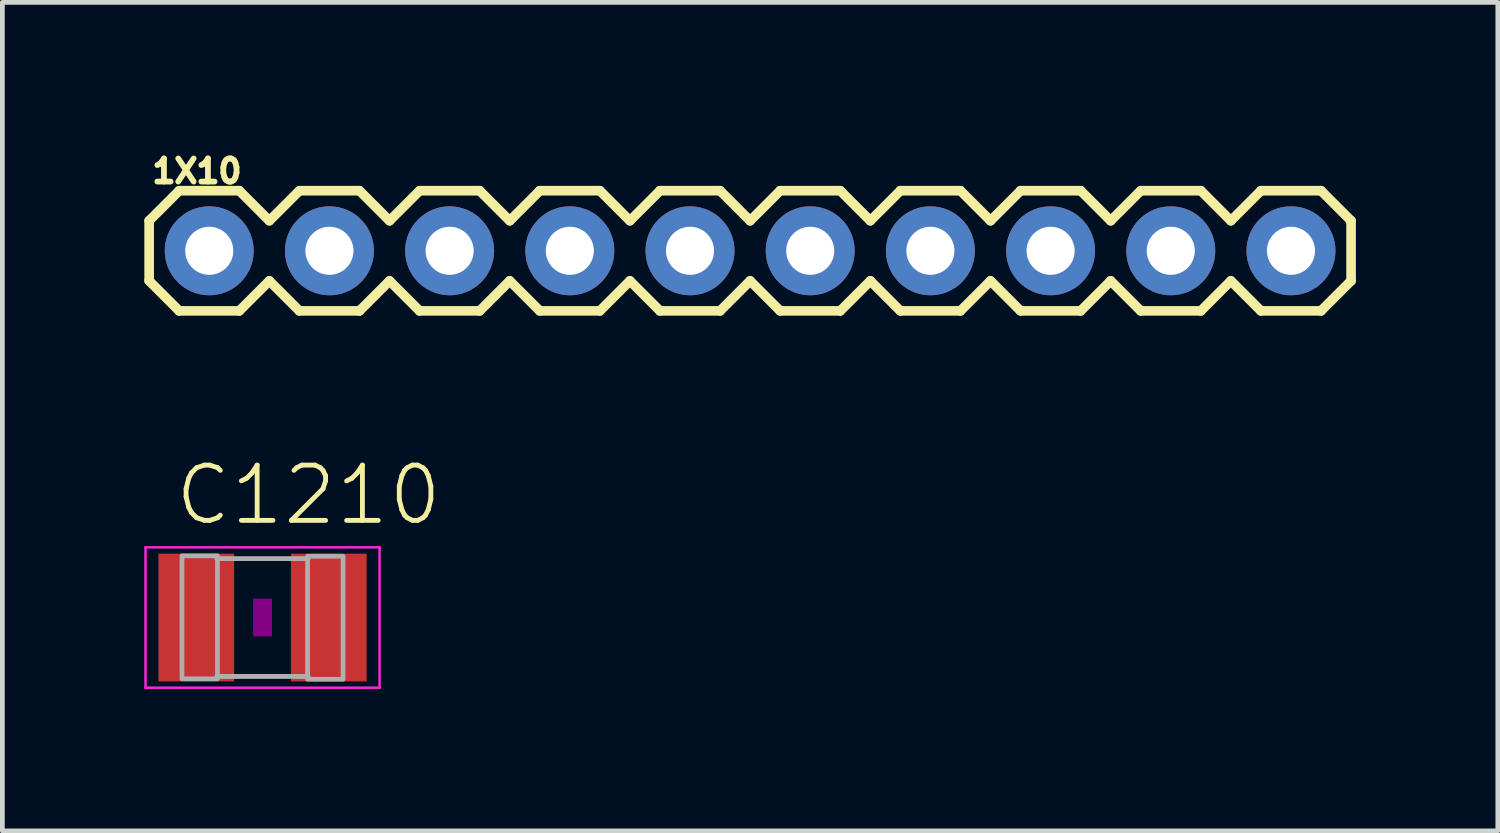
<source format=kicad_pcb>
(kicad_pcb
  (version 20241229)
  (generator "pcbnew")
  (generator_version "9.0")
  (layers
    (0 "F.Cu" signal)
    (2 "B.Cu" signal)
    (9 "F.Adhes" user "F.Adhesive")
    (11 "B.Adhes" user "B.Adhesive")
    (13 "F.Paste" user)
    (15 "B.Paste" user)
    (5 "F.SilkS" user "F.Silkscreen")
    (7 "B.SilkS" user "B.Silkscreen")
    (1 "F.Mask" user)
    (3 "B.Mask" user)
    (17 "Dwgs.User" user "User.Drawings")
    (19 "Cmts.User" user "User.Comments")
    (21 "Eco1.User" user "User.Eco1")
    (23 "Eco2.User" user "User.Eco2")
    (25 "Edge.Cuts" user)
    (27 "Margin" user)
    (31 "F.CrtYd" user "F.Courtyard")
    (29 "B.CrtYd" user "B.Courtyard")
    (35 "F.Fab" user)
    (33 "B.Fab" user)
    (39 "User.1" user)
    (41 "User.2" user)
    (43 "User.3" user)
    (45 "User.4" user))
  (footprint "C1210"
    (layer "F.Cu")
    (at 2.498 10)
    (property "Reference" "C1210" (at -1.905 -1.905 0) (layer "F.SilkS") (effects (font (size 1.168 1.168) (thickness 0.102)) (justify left bottom)))
    (fp_poly (pts (xy -0.2 0.4) (xy 0.2 0.4) (xy 0.2 -0.4) (xy -0.2 -0.4)) (stroke (width 0) (type solid)) (fill yes) (layer "F.Adhes"))
    (fp_line (start -2.473 -1.483) (end 2.473 -1.483) (stroke (width 0.051) (type solid)) (layer "F.CrtYd"))
    (fp_line (start -2.473 1.483) (end -2.473 -1.483) (stroke (width 0.051) (type solid)) (layer "F.CrtYd"))
    (fp_line (start 2.473 -1.483) (end 2.473 1.483) (stroke (width 0.051) (type solid)) (layer "F.CrtYd"))
    (fp_line (start 2.473 1.483) (end -2.473 1.483) (stroke (width 0.051) (type solid)) (layer "F.CrtYd"))
    (fp_line (start -0.965 -1.245) (end 0.965 -1.245) (stroke (width 0.102) (type solid)) (layer "F.Fab"))
    (fp_line (start -0.965 1.245) (end 0.965 1.245) (stroke (width 0.102) (type solid)) (layer "F.Fab"))
    (fp_poly (pts (xy -1.702 1.295) (xy -0.952 1.295) (xy -0.952 -1.304) (xy -1.702 -1.304)) (stroke (width 0.1) (type solid)) (fill no) (layer "F.Fab"))
    (fp_poly (pts (xy 0.952 1.304) (xy 1.702 1.304) (xy 1.702 -1.295) (xy 0.952 -1.295)) (stroke (width 0.1) (type solid)) (fill no) (layer "F.Fab"))
    (pad "1" smd rect (at -1.4 0) (size 1.6 2.7) (layers "F.Cu" "F.Mask" "F.Paste"))
    (pad "2" smd rect (at 1.4 0) (size 1.6 2.7) (layers "F.Cu" "F.Mask" "F.Paste")))
  (footprint "1X10"
    (layer "F.Cu")
    (at 1.372 2.25)
    (property "Reference" "1X10" (at -1.27 -1.397 0) (layer "F.SilkS") (effects (font (size 0.488 0.488) (thickness 0.122)) (justify left bottom)))
    (fp_line (start -1.27 -0.635) (end -1.27 0.635) (stroke (width 0.203) (type solid)) (layer "F.SilkS"))
    (fp_line (start -1.27 0.635) (end -0.635 1.27) (stroke (width 0.203) (type solid)) (layer "F.SilkS"))
    (fp_line (start -0.635 -1.27) (end -1.27 -0.635) (stroke (width 0.203) (type solid)) (layer "F.SilkS"))
    (fp_line (start -0.635 -1.27) (end 0.635 -1.27) (stroke (width 0.203) (type solid)) (layer "F.SilkS"))
    (fp_line (start 0.635 -1.27) (end 1.27 -0.635) (stroke (width 0.203) (type solid)) (layer "F.SilkS"))
    (fp_line (start 0.635 1.27) (end -0.635 1.27) (stroke (width 0.203) (type solid)) (layer "F.SilkS"))
    (fp_line (start 1.27 -0.635) (end 1.905 -1.27) (stroke (width 0.203) (type solid)) (layer "F.SilkS"))
    (fp_line (start 1.27 0.635) (end 0.635 1.27) (stroke (width 0.203) (type solid)) (layer "F.SilkS"))
    (fp_line (start 1.905 -1.27) (end 3.175 -1.27) (stroke (width 0.203) (type solid)) (layer "F.SilkS"))
    (fp_line (start 1.905 1.27) (end 1.27 0.635) (stroke (width 0.203) (type solid)) (layer "F.SilkS"))
    (fp_line (start 3.175 -1.27) (end 3.81 -0.635) (stroke (width 0.203) (type solid)) (layer "F.SilkS"))
    (fp_line (start 3.175 1.27) (end 1.905 1.27) (stroke (width 0.203) (type solid)) (layer "F.SilkS"))
    (fp_line (start 3.81 -0.635) (end 4.445 -1.27) (stroke (width 0.203) (type solid)) (layer "F.SilkS"))
    (fp_line (start 3.81 0.635) (end 3.175 1.27) (stroke (width 0.203) (type solid)) (layer "F.SilkS"))
    (fp_line (start 4.445 -1.27) (end 5.715 -1.27) (stroke (width 0.203) (type solid)) (layer "F.SilkS"))
    (fp_line (start 4.445 1.27) (end 3.81 0.635) (stroke (width 0.203) (type solid)) (layer "F.SilkS"))
    (fp_line (start 5.715 -1.27) (end 6.35 -0.635) (stroke (width 0.203) (type solid)) (layer "F.SilkS"))
    (fp_line (start 5.715 1.27) (end 4.445 1.27) (stroke (width 0.203) (type solid)) (layer "F.SilkS"))
    (fp_line (start 6.35 0.635) (end 5.715 1.27) (stroke (width 0.203) (type solid)) (layer "F.SilkS"))
    (fp_line (start 6.35 0.635) (end 6.985 1.27) (stroke (width 0.203) (type solid)) (layer "F.SilkS"))
    (fp_line (start 6.985 -1.27) (end 6.35 -0.635) (stroke (width 0.203) (type solid)) (layer "F.SilkS"))
    (fp_line (start 6.985 -1.27) (end 8.255 -1.27) (stroke (width 0.203) (type solid)) (layer "F.SilkS"))
    (fp_line (start 8.255 -1.27) (end 8.89 -0.635) (stroke (width 0.203) (type solid)) (layer "F.SilkS"))
    (fp_line (start 8.255 1.27) (end 6.985 1.27) (stroke (width 0.203) (type solid)) (layer "F.SilkS"))
    (fp_line (start 8.89 -0.635) (end 9.525 -1.27) (stroke (width 0.203) (type solid)) (layer "F.SilkS"))
    (fp_line (start 8.89 0.635) (end 8.255 1.27) (stroke (width 0.203) (type solid)) (layer "F.SilkS"))
    (fp_line (start 9.525 -1.27) (end 10.795 -1.27) (stroke (width 0.203) (type solid)) (layer "F.SilkS"))
    (fp_line (start 9.525 1.27) (end 8.89 0.635) (stroke (width 0.203) (type solid)) (layer "F.SilkS"))
    (fp_line (start 10.795 -1.27) (end 11.43 -0.635) (stroke (width 0.203) (type solid)) (layer "F.SilkS"))
    (fp_line (start 10.795 1.27) (end 9.525 1.27) (stroke (width 0.203) (type solid)) (layer "F.SilkS"))
    (fp_line (start 11.43 -0.635) (end 12.065 -1.27) (stroke (width 0.203) (type solid)) (layer "F.SilkS"))
    (fp_line (start 11.43 0.635) (end 10.795 1.27) (stroke (width 0.203) (type solid)) (layer "F.SilkS"))
    (fp_line (start 12.065 -1.27) (end 13.335 -1.27) (stroke (width 0.203) (type solid)) (layer "F.SilkS"))
    (fp_line (start 12.065 1.27) (end 11.43 0.635) (stroke (width 0.203) (type solid)) (layer "F.SilkS"))
    (fp_line (start 13.335 -1.27) (end 13.97 -0.635) (stroke (width 0.203) (type solid)) (layer "F.SilkS"))
    (fp_line (start 13.335 1.27) (end 12.065 1.27) (stroke (width 0.203) (type solid)) (layer "F.SilkS"))
    (fp_line (start 13.97 0.635) (end 13.335 1.27) (stroke (width 0.203) (type solid)) (layer "F.SilkS"))
    (fp_line (start 13.97 0.635) (end 14.605 1.27) (stroke (width 0.203) (type solid)) (layer "F.SilkS"))
    (fp_line (start 14.605 -1.27) (end 13.97 -0.635) (stroke (width 0.203) (type solid)) (layer "F.SilkS"))
    (fp_line (start 14.605 -1.27) (end 15.875 -1.27) (stroke (width 0.203) (type solid)) (layer "F.SilkS"))
    (fp_line (start 15.875 -1.27) (end 16.51 -0.635) (stroke (width 0.203) (type solid)) (layer "F.SilkS"))
    (fp_line (start 15.875 1.27) (end 14.605 1.27) (stroke (width 0.203) (type solid)) (layer "F.SilkS"))
    (fp_line (start 16.51 0.635) (end 15.875 1.27) (stroke (width 0.203) (type solid)) (layer "F.SilkS"))
    (fp_line (start 16.51 0.635) (end 17.145 1.27) (stroke (width 0.203) (type solid)) (layer "F.SilkS"))
    (fp_line (start 17.145 -1.27) (end 16.51 -0.635) (stroke (width 0.203) (type solid)) (layer "F.SilkS"))
    (fp_line (start 17.145 -1.27) (end 18.415 -1.27) (stroke (width 0.203) (type solid)) (layer "F.SilkS"))
    (fp_line (start 18.415 -1.27) (end 19.05 -0.635) (stroke (width 0.203) (type solid)) (layer "F.SilkS"))
    (fp_line (start 18.415 1.27) (end 17.145 1.27) (stroke (width 0.203) (type solid)) (layer "F.SilkS"))
    (fp_line (start 19.05 0.635) (end 18.415 1.27) (stroke (width 0.203) (type solid)) (layer "F.SilkS"))
    (fp_line (start 19.05 0.635) (end 19.685 1.27) (stroke (width 0.203) (type solid)) (layer "F.SilkS"))
    (fp_line (start 19.685 -1.27) (end 19.05 -0.635) (stroke (width 0.203) (type solid)) (layer "F.SilkS"))
    (fp_line (start 19.685 -1.27) (end 20.955 -1.27) (stroke (width 0.203) (type solid)) (layer "F.SilkS"))
    (fp_line (start 20.955 -1.27) (end 21.59 -0.635) (stroke (width 0.203) (type solid)) (layer "F.SilkS"))
    (fp_line (start 20.955 1.27) (end 19.685 1.27) (stroke (width 0.203) (type solid)) (layer "F.SilkS"))
    (fp_line (start 21.59 0.635) (end 20.955 1.27) (stroke (width 0.203) (type solid)) (layer "F.SilkS"))
    (fp_line (start 21.59 0.635) (end 22.225 1.27) (stroke (width 0.203) (type solid)) (layer "F.SilkS"))
    (fp_line (start 22.225 -1.27) (end 21.59 -0.635) (stroke (width 0.203) (type solid)) (layer "F.SilkS"))
    (fp_line (start 22.225 -1.27) (end 23.495 -1.27) (stroke (width 0.203) (type solid)) (layer "F.SilkS"))
    (fp_line (start 23.495 -1.27) (end 24.13 -0.635) (stroke (width 0.203) (type solid)) (layer "F.SilkS"))
    (fp_line (start 23.495 1.27) (end 22.225 1.27) (stroke (width 0.203) (type solid)) (layer "F.SilkS"))
    (fp_line (start 24.13 -0.635) (end 24.13 0.635) (stroke (width 0.203) (type solid)) (layer "F.SilkS"))
    (fp_line (start 24.13 0.635) (end 23.495 1.27) (stroke (width 0.203) (type solid)) (layer "F.SilkS"))
    (fp_poly (pts (xy -0.254 0.254) (xy 0.254 0.254) (xy 0.254 -0.254) (xy -0.254 -0.254)) (stroke (width 0.1) (type solid)) (fill no) (layer "F.Fab"))
    (fp_poly (pts (xy 2.286 0.254) (xy 2.794 0.254) (xy 2.794 -0.254) (xy 2.286 -0.254)) (stroke (width 0.1) (type solid)) (fill no) (layer "F.Fab"))
    (fp_poly (pts (xy 4.826 0.254) (xy 5.334 0.254) (xy 5.334 -0.254) (xy 4.826 -0.254)) (stroke (width 0.1) (type solid)) (fill no) (layer "F.Fab"))
    (fp_poly (pts (xy 7.366 0.254) (xy 7.874 0.254) (xy 7.874 -0.254) (xy 7.366 -0.254)) (stroke (width 0.1) (type solid)) (fill no) (layer "F.Fab"))
    (fp_poly (pts (xy 9.906 0.254) (xy 10.414 0.254) (xy 10.414 -0.254) (xy 9.906 -0.254)) (stroke (width 0.1) (type solid)) (fill no) (layer "F.Fab"))
    (fp_poly (pts (xy 12.446 0.254) (xy 12.954 0.254) (xy 12.954 -0.254) (xy 12.446 -0.254)) (stroke (width 0.1) (type solid)) (fill no) (layer "F.Fab"))
    (fp_poly (pts (xy 14.986 0.254) (xy 15.494 0.254) (xy 15.494 -0.254) (xy 14.986 -0.254)) (stroke (width 0.1) (type solid)) (fill no) (layer "F.Fab"))
    (fp_poly (pts (xy 17.526 0.254) (xy 18.034 0.254) (xy 18.034 -0.254) (xy 17.526 -0.254)) (stroke (width 0.1) (type solid)) (fill no) (layer "F.Fab"))
    (fp_poly (pts (xy 20.066 0.254) (xy 20.574 0.254) (xy 20.574 -0.254) (xy 20.066 -0.254)) (stroke (width 0.1) (type solid)) (fill no) (layer "F.Fab"))
    (fp_poly (pts (xy 22.606 0.254) (xy 23.114 0.254) (xy 23.114 -0.254) (xy 22.606 -0.254)) (stroke (width 0.1) (type solid)) (fill no) (layer "F.Fab"))
    (pad "1" thru_hole circle (at 0 0 90) (size 1.88 1.88) (drill 1.016) (layers "*.Cu" "*.Mask"))
    (pad "2" thru_hole circle (at 2.54 0 90) (size 1.88 1.88) (drill 1.016) (layers "*.Cu" "*.Mask"))
    (pad "3" thru_hole circle (at 5.08 0 90) (size 1.88 1.88) (drill 1.016) (layers "*.Cu" "*.Mask"))
    (pad "4" thru_hole circle (at 7.62 0 90) (size 1.88 1.88) (drill 1.016) (layers "*.Cu" "*.Mask"))
    (pad "5" thru_hole circle (at 10.16 0 90) (size 1.88 1.88) (drill 1.016) (layers "*.Cu" "*.Mask"))
    (pad "6" thru_hole circle (at 12.7 0 90) (size 1.88 1.88) (drill 1.016) (layers "*.Cu" "*.Mask"))
    (pad "7" thru_hole circle (at 15.24 0 90) (size 1.88 1.88) (drill 1.016) (layers "*.Cu" "*.Mask"))
    (pad "8" thru_hole circle (at 17.78 0 90) (size 1.88 1.88) (drill 1.016) (layers "*.Cu" "*.Mask"))
    (pad "9" thru_hole circle (at 20.32 0 90) (size 1.88 1.88) (drill 1.016) (layers "*.Cu" "*.Mask"))
    (pad "10" thru_hole circle (at 22.86 0 90) (size 1.88 1.88) (drill 1.016) (layers "*.Cu" "*.Mask")))
  (gr_rect
    (start -3 -3)
    (end 28.603 14.509)
    (stroke (width 0.1) (type default))
    (fill no)
    (layer "Edge.Cuts")))
</source>
